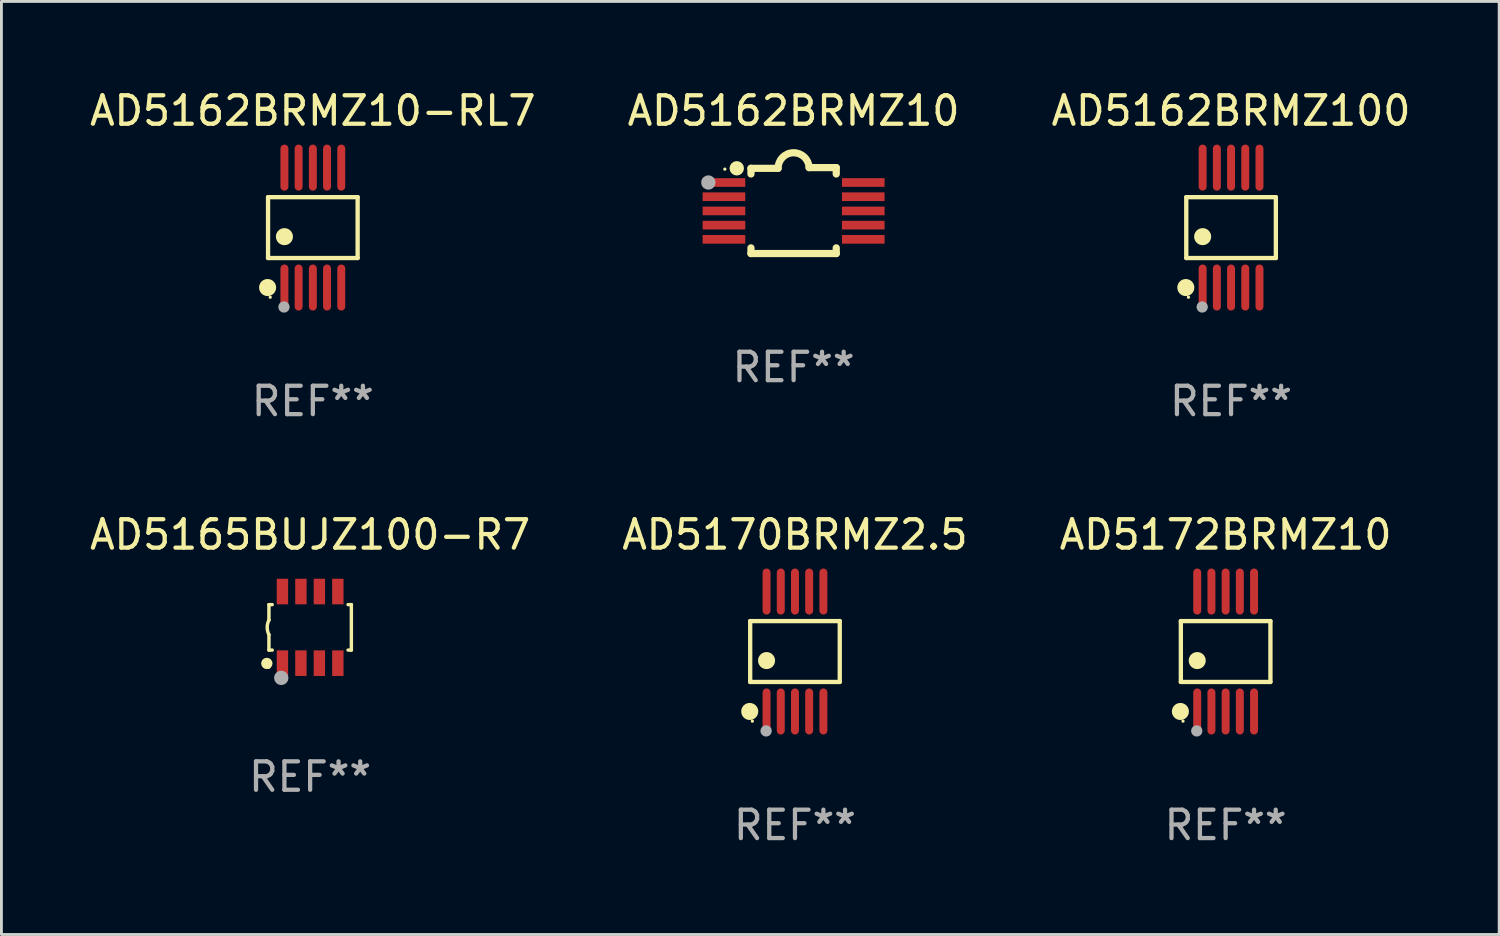
<source format=kicad_pcb>
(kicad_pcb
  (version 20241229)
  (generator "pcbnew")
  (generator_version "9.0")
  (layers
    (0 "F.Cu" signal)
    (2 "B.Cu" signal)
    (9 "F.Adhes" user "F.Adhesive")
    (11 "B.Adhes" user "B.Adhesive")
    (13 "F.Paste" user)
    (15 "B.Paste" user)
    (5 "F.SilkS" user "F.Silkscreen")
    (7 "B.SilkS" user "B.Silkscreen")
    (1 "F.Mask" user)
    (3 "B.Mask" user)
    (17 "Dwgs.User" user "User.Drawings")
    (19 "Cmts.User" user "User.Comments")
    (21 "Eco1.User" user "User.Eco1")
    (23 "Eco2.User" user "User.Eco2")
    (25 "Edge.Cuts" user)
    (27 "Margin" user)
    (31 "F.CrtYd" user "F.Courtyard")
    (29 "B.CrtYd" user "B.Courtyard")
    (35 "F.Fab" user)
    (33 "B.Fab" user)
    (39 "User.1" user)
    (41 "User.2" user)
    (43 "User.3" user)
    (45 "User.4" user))
  (footprint "AD5162BRMZ10-RL7"
    (layer "F.Cu")
    (at 7.958 4.958)
    (property "Reference" "AD5162BRMZ10-RL7" (at 0 -4.11 0) (layer "F.SilkS") (effects (font (size 1 1) (thickness 0.15))))
    (attr through_hole)
    (fp_line (start -1.576 -1.071) (end 1.576 -1.071) (stroke (width 0.152) (type solid)) (layer "F.SilkS"))
    (fp_line (start -1.576 1.071) (end -1.576 -1.071) (stroke (width 0.152) (type solid)) (layer "F.SilkS"))
    (fp_line (start 1.576 -1.071) (end 1.576 1.071) (stroke (width 0.152) (type solid)) (layer "F.SilkS"))
    (fp_line (start 1.576 1.071) (end -1.576 1.071) (stroke (width 0.152) (type solid)) (layer "F.SilkS"))
    (fp_circle (center -1.592 2.11) (end -1.442 2.11) (stroke (width 0.3) (type solid)) (fill no) (layer "F.SilkS"))
    (fp_circle (center -1.5 2.45) (end -1.47 2.45) (stroke (width 0.06) (type solid)) (fill no) (layer "F.SilkS"))
    (fp_circle (center -1 0.319) (end -0.85 0.319) (stroke (width 0.3) (type solid)) (fill no) (layer "F.SilkS"))
    (fp_circle (center -1.016 2.794) (end -0.916 2.794) (stroke (width 0.2) (type solid)) (fill no) (layer "F.Fab"))
    (fp_text user "REF**" (at 0 6.11 0) (layer "F.Fab") (effects (font (size 1 1) (thickness 0.15))))
    (pad "1" smd oval (at -1 2.11) (size 0.28 1.62) (layers "F.Cu" "F.Mask" "F.Paste"))
    (pad "2" smd oval (at -0.5 2.11) (size 0.28 1.62) (layers "F.Cu" "F.Mask" "F.Paste"))
    (pad "3" smd oval (at 0 2.11) (size 0.28 1.62) (layers "F.Cu" "F.Mask" "F.Paste"))
    (pad "4" smd oval (at 0.5 2.11) (size 0.28 1.62) (layers "F.Cu" "F.Mask" "F.Paste"))
    (pad "5" smd oval (at 1 2.11) (size 0.28 1.62) (layers "F.Cu" "F.Mask" "F.Paste"))
    (pad "6" smd oval (at 1 -2.11) (size 0.28 1.62) (layers "F.Cu" "F.Mask" "F.Paste"))
    (pad "7" smd oval (at 0.5 -2.11) (size 0.28 1.62) (layers "F.Cu" "F.Mask" "F.Paste"))
    (pad "8" smd oval (at 0 -2.11) (size 0.28 1.62) (layers "F.Cu" "F.Mask" "F.Paste"))
    (pad "9" smd oval (at -0.5 -2.11) (size 0.28 1.62) (layers "F.Cu" "F.Mask" "F.Paste"))
    (pad "10" smd oval (at -1 -2.11) (size 0.28 1.62) (layers "F.Cu" "F.Mask" "F.Paste")))
  (footprint "AD5165BUJZ100-R7"
    (layer "F.Cu")
    (at 7.863 19.025)
    (property "Reference" "AD5165BUJZ100-R7" (at 0 -3.26 0) (layer "F.SilkS") (effects (font (size 1 1) (thickness 0.15))))
    (attr through_hole)
    (fp_line (start -1.45 -0.8) (end -1.45 -0.254) (stroke (width 0.12) (type solid)) (layer "F.SilkS"))
    (fp_line (start -1.45 -0.8) (end -1.334 -0.8) (stroke (width 0.12) (type solid)) (layer "F.SilkS"))
    (fp_line (start -1.45 0.8) (end -1.45 0.254) (stroke (width 0.12) (type solid)) (layer "F.SilkS"))
    (fp_line (start -1.45 0.8) (end -1.334 0.8) (stroke (width 0.12) (type solid)) (layer "F.SilkS"))
    (fp_line (start 1.334 -0.8) (end 1.45 -0.8) (stroke (width 0.12) (type solid)) (layer "F.SilkS"))
    (fp_line (start 1.334 0.8) (end 1.45 0.8) (stroke (width 0.12) (type solid)) (layer "F.SilkS"))
    (fp_line (start 1.45 0.8) (end 1.45 -0.8) (stroke (width 0.12) (type solid)) (layer "F.SilkS"))
    (fp_arc (start -1.45075 0.255144) (mid -1.510605 0.000434) (end -1.450013 -0.254102) (stroke (width 0.11999) (type solid)) (layer "F.SilkS"))
    (fp_circle (center -1.524 1.27) (end -1.424 1.27) (stroke (width 0.2) (type solid)) (fill no) (layer "F.SilkS"))
    (fp_circle (center -1.45 1.4) (end -1.42 1.4) (stroke (width 0.06) (type solid)) (fill no) (layer "F.SilkS"))
    (fp_circle (center -1.016 1.778) (end -0.889 1.778) (stroke (width 0.254) (type solid)) (fill no) (layer "F.Fab"))
    (fp_text user "REF**" (at 0 5.26 0) (layer "F.Fab") (effects (font (size 1 1) (thickness 0.15))))
    (pad "1" smd rect (at -0.975 1.26) (size 0.4 0.9) (layers "F.Cu" "F.Mask" "F.Paste"))
    (pad "2" smd rect (at -0.325 1.26) (size 0.4 0.9) (layers "F.Cu" "F.Mask" "F.Paste"))
    (pad "3" smd rect (at 0.325 1.26) (size 0.4 0.9) (layers "F.Cu" "F.Mask" "F.Paste"))
    (pad "4" smd rect (at 0.975 1.26) (size 0.4 0.9) (layers "F.Cu" "F.Mask" "F.Paste"))
    (pad "5" smd rect (at 0.975 -1.26) (size 0.4 0.9) (layers "F.Cu" "F.Mask" "F.Paste"))
    (pad "6" smd rect (at 0.325 -1.26) (size 0.4 0.9) (layers "F.Cu" "F.Mask" "F.Paste"))
    (pad "7" smd rect (at -0.325 -1.26) (size 0.4 0.9) (layers "F.Cu" "F.Mask" "F.Paste"))
    (pad "8" smd rect (at -0.975 -1.26) (size 0.4 0.9) (layers "F.Cu" "F.Mask" "F.Paste")))
  (footprint "AD5162BRMZ10"
    (layer "F.Cu")
    (at 24.875 4.36)
    (property "Reference" "AD5162BRMZ10" (at 0 -3.512 0) (layer "F.SilkS") (effects (font (size 1 1) (thickness 0.15))))
    (attr through_hole)
    (fp_line (start -1.5 -1.288) (end -1.5 -1.487) (stroke (width 0.254) (type solid)) (layer "F.SilkS"))
    (fp_line (start -1.5 1.512) (end -1.5 1.312) (stroke (width 0.254) (type solid)) (layer "F.SilkS"))
    (fp_line (start -0.546 -1.487) (end -1.5 -1.487) (stroke (width 0.254) (type solid)) (layer "F.SilkS"))
    (fp_line (start 1.5 -1.512) (end 0.546 -1.512) (stroke (width 0.254) (type solid)) (layer "F.SilkS"))
    (fp_line (start 1.5 -1.288) (end 1.5 -1.512) (stroke (width 0.254) (type solid)) (layer "F.SilkS"))
    (fp_line (start 1.5 1.512) (end -1.5 1.512) (stroke (width 0.254) (type solid)) (layer "F.SilkS"))
    (fp_line (start 1.5 1.512) (end 1.5 1.312) (stroke (width 0.254) (type solid)) (layer "F.SilkS"))
    (fp_arc (start -0.546151 -1.486601) (mid -0.01246 -2.032889) (end 0.54605 -1.512002) (stroke (width 0.254001) (type solid)) (layer "F.SilkS"))
    (fp_circle (center -2.42 -1.458) (end -2.39 -1.458) (stroke (width 0.06) (type solid)) (fill no) (layer "F.SilkS"))
    (fp_circle (center -2 -1.488) (end -1.873 -1.488) (stroke (width 0.254) (type solid)) (fill no) (layer "F.SilkS"))
    (fp_circle (center -3 -0.988) (end -2.873 -0.988) (stroke (width 0.254) (type solid)) (fill no) (layer "F.Fab"))
    (fp_text user "REF**" (at 0 5.512 0) (layer "F.Fab") (effects (font (size 1 1) (thickness 0.15))))
    (pad "1" smd rect (at -2.451 -0.988) (size 1.5 0.305) (layers "F.Cu" "F.Mask" "F.Paste"))
    (pad "2" smd rect (at -2.451 -0.488) (size 1.5 0.305) (layers "F.Cu" "F.Mask" "F.Paste"))
    (pad "3" smd rect (at -2.451 0.012) (size 1.5 0.305) (layers "F.Cu" "F.Mask" "F.Paste"))
    (pad "4" smd rect (at -2.451 0.512) (size 1.5 0.305) (layers "F.Cu" "F.Mask" "F.Paste"))
    (pad "5" smd rect (at -2.451 1.012) (size 1.5 0.305) (layers "F.Cu" "F.Mask" "F.Paste"))
    (pad "6" smd rect (at 2.451 1.012) (size 1.5 0.305) (layers "F.Cu" "F.Mask" "F.Paste"))
    (pad "7" smd rect (at 2.451 0.512) (size 1.5 0.305) (layers "F.Cu" "F.Mask" "F.Paste"))
    (pad "8" smd rect (at 2.451 0.012) (size 1.5 0.305) (layers "F.Cu" "F.Mask" "F.Paste"))
    (pad "9" smd rect (at 2.451 -0.488) (size 1.5 0.305) (layers "F.Cu" "F.Mask" "F.Paste"))
    (pad "10" smd rect (at 2.451 -0.988) (size 1.5 0.305) (layers "F.Cu" "F.Mask" "F.Paste")))
  (footprint "AD5172BRMZ10"
    (layer "F.Cu")
    (at 40.077 19.875)
    (property "Reference" "AD5172BRMZ10" (at 0 -4.11 0) (layer "F.SilkS") (effects (font (size 1 1) (thickness 0.15))))
    (attr through_hole)
    (fp_line (start -1.576 -1.071) (end 1.576 -1.071) (stroke (width 0.152) (type solid)) (layer "F.SilkS"))
    (fp_line (start -1.576 1.071) (end -1.576 -1.071) (stroke (width 0.152) (type solid)) (layer "F.SilkS"))
    (fp_line (start 1.576 -1.071) (end 1.576 1.071) (stroke (width 0.152) (type solid)) (layer "F.SilkS"))
    (fp_line (start 1.576 1.071) (end -1.576 1.071) (stroke (width 0.152) (type solid)) (layer "F.SilkS"))
    (fp_circle (center -1.592 2.11) (end -1.442 2.11) (stroke (width 0.3) (type solid)) (fill no) (layer "F.SilkS"))
    (fp_circle (center -1.5 2.45) (end -1.47 2.45) (stroke (width 0.06) (type solid)) (fill no) (layer "F.SilkS"))
    (fp_circle (center -1 0.319) (end -0.85 0.319) (stroke (width 0.3) (type solid)) (fill no) (layer "F.SilkS"))
    (fp_circle (center -1.016 2.794) (end -0.916 2.794) (stroke (width 0.2) (type solid)) (fill no) (layer "F.Fab"))
    (fp_text user "REF**" (at 0 6.11 0) (layer "F.Fab") (effects (font (size 1 1) (thickness 0.15))))
    (pad "1" smd oval (at -1 2.11) (size 0.28 1.62) (layers "F.Cu" "F.Mask" "F.Paste"))
    (pad "2" smd oval (at -0.5 2.11) (size 0.28 1.62) (layers "F.Cu" "F.Mask" "F.Paste"))
    (pad "3" smd oval (at 0 2.11) (size 0.28 1.62) (layers "F.Cu" "F.Mask" "F.Paste"))
    (pad "4" smd oval (at 0.5 2.11) (size 0.28 1.62) (layers "F.Cu" "F.Mask" "F.Paste"))
    (pad "5" smd oval (at 1 2.11) (size 0.28 1.62) (layers "F.Cu" "F.Mask" "F.Paste"))
    (pad "6" smd oval (at 1 -2.11) (size 0.28 1.62) (layers "F.Cu" "F.Mask" "F.Paste"))
    (pad "7" smd oval (at 0.5 -2.11) (size 0.28 1.62) (layers "F.Cu" "F.Mask" "F.Paste"))
    (pad "8" smd oval (at 0 -2.11) (size 0.28 1.62) (layers "F.Cu" "F.Mask" "F.Paste"))
    (pad "9" smd oval (at -0.5 -2.11) (size 0.28 1.62) (layers "F.Cu" "F.Mask" "F.Paste"))
    (pad "10" smd oval (at -1 -2.11) (size 0.28 1.62) (layers "F.Cu" "F.Mask" "F.Paste")))
  (footprint "AD5162BRMZ100"
    (layer "F.Cu")
    (at 40.268 4.958)
    (property "Reference" "AD5162BRMZ100" (at 0 -4.11 0) (layer "F.SilkS") (effects (font (size 1 1) (thickness 0.15))))
    (attr through_hole)
    (fp_line (start -1.576 -1.071) (end 1.576 -1.071) (stroke (width 0.152) (type solid)) (layer "F.SilkS"))
    (fp_line (start -1.576 1.071) (end -1.576 -1.071) (stroke (width 0.152) (type solid)) (layer "F.SilkS"))
    (fp_line (start 1.576 -1.071) (end 1.576 1.071) (stroke (width 0.152) (type solid)) (layer "F.SilkS"))
    (fp_line (start 1.576 1.071) (end -1.576 1.071) (stroke (width 0.152) (type solid)) (layer "F.SilkS"))
    (fp_circle (center -1.592 2.11) (end -1.442 2.11) (stroke (width 0.3) (type solid)) (fill no) (layer "F.SilkS"))
    (fp_circle (center -1.5 2.45) (end -1.47 2.45) (stroke (width 0.06) (type solid)) (fill no) (layer "F.SilkS"))
    (fp_circle (center -1 0.319) (end -0.85 0.319) (stroke (width 0.3) (type solid)) (fill no) (layer "F.SilkS"))
    (fp_circle (center -1.016 2.794) (end -0.916 2.794) (stroke (width 0.2) (type solid)) (fill no) (layer "F.Fab"))
    (fp_text user "REF**" (at 0 6.11 0) (layer "F.Fab") (effects (font (size 1 1) (thickness 0.15))))
    (pad "1" smd oval (at -1 2.11) (size 0.28 1.62) (layers "F.Cu" "F.Mask" "F.Paste"))
    (pad "2" smd oval (at -0.5 2.11) (size 0.28 1.62) (layers "F.Cu" "F.Mask" "F.Paste"))
    (pad "3" smd oval (at 0 2.11) (size 0.28 1.62) (layers "F.Cu" "F.Mask" "F.Paste"))
    (pad "4" smd oval (at 0.5 2.11) (size 0.28 1.62) (layers "F.Cu" "F.Mask" "F.Paste"))
    (pad "5" smd oval (at 1 2.11) (size 0.28 1.62) (layers "F.Cu" "F.Mask" "F.Paste"))
    (pad "6" smd oval (at 1 -2.11) (size 0.28 1.62) (layers "F.Cu" "F.Mask" "F.Paste"))
    (pad "7" smd oval (at 0.5 -2.11) (size 0.28 1.62) (layers "F.Cu" "F.Mask" "F.Paste"))
    (pad "8" smd oval (at 0 -2.11) (size 0.28 1.62) (layers "F.Cu" "F.Mask" "F.Paste"))
    (pad "9" smd oval (at -0.5 -2.11) (size 0.28 1.62) (layers "F.Cu" "F.Mask" "F.Paste"))
    (pad "10" smd oval (at -1 -2.11) (size 0.28 1.62) (layers "F.Cu" "F.Mask" "F.Paste")))
  (footprint "AD5170BRMZ2.5"
    (layer "F.Cu")
    (at 24.923 19.875)
    (property "Reference" "AD5170BRMZ2.5" (at 0 -4.11 0) (layer "F.SilkS") (effects (font (size 1 1) (thickness 0.15))))
    (attr through_hole)
    (fp_line (start -1.576 -1.071) (end 1.576 -1.071) (stroke (width 0.152) (type solid)) (layer "F.SilkS"))
    (fp_line (start -1.576 1.071) (end -1.576 -1.071) (stroke (width 0.152) (type solid)) (layer "F.SilkS"))
    (fp_line (start 1.576 -1.071) (end 1.576 1.071) (stroke (width 0.152) (type solid)) (layer "F.SilkS"))
    (fp_line (start 1.576 1.071) (end -1.576 1.071) (stroke (width 0.152) (type solid)) (layer "F.SilkS"))
    (fp_circle (center -1.592 2.11) (end -1.442 2.11) (stroke (width 0.3) (type solid)) (fill no) (layer "F.SilkS"))
    (fp_circle (center -1.5 2.45) (end -1.47 2.45) (stroke (width 0.06) (type solid)) (fill no) (layer "F.SilkS"))
    (fp_circle (center -1 0.319) (end -0.85 0.319) (stroke (width 0.3) (type solid)) (fill no) (layer "F.SilkS"))
    (fp_circle (center -1.016 2.794) (end -0.916 2.794) (stroke (width 0.2) (type solid)) (fill no) (layer "F.Fab"))
    (fp_text user "REF**" (at 0 6.11 0) (layer "F.Fab") (effects (font (size 1 1) (thickness 0.15))))
    (pad "1" smd oval (at -1 2.11) (size 0.28 1.62) (layers "F.Cu" "F.Mask" "F.Paste"))
    (pad "2" smd oval (at -0.5 2.11) (size 0.28 1.62) (layers "F.Cu" "F.Mask" "F.Paste"))
    (pad "3" smd oval (at 0 2.11) (size 0.28 1.62) (layers "F.Cu" "F.Mask" "F.Paste"))
    (pad "4" smd oval (at 0.5 2.11) (size 0.28 1.62) (layers "F.Cu" "F.Mask" "F.Paste"))
    (pad "5" smd oval (at 1 2.11) (size 0.28 1.62) (layers "F.Cu" "F.Mask" "F.Paste"))
    (pad "6" smd oval (at 1 -2.11) (size 0.28 1.62) (layers "F.Cu" "F.Mask" "F.Paste"))
    (pad "7" smd oval (at 0.5 -2.11) (size 0.28 1.62) (layers "F.Cu" "F.Mask" "F.Paste"))
    (pad "8" smd oval (at 0 -2.11) (size 0.28 1.62) (layers "F.Cu" "F.Mask" "F.Paste"))
    (pad "9" smd oval (at -0.5 -2.11) (size 0.28 1.62) (layers "F.Cu" "F.Mask" "F.Paste"))
    (pad "10" smd oval (at -1 -2.11) (size 0.28 1.62) (layers "F.Cu" "F.Mask" "F.Paste")))
  (gr_rect
    (start -3 -3)
    (end 49.702 29.833)
    (stroke (width 0.1) (type default))
    (fill no)
    (layer "Edge.Cuts")))
</source>
